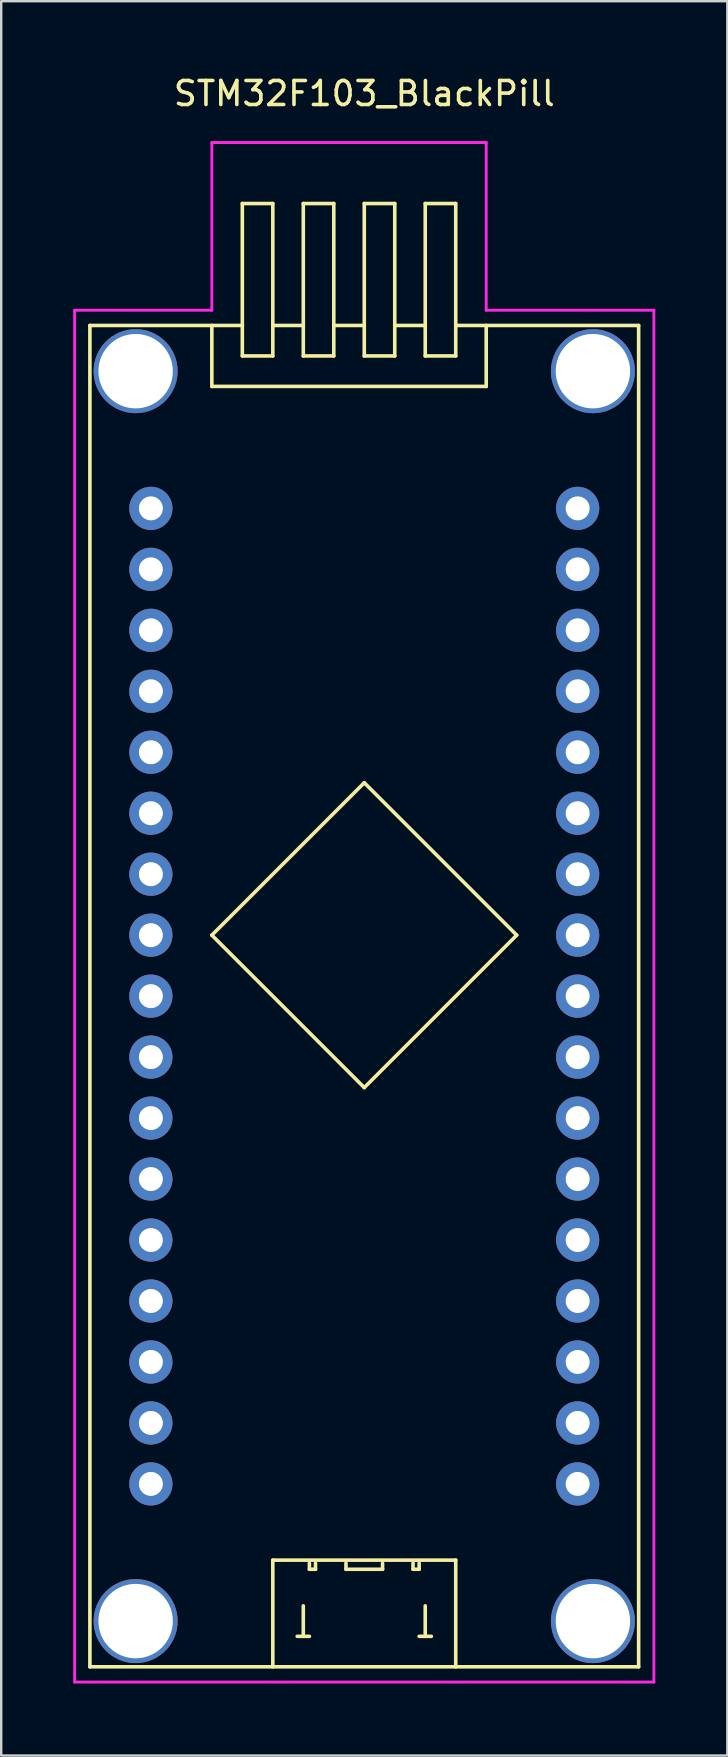
<source format=kicad_pcb>
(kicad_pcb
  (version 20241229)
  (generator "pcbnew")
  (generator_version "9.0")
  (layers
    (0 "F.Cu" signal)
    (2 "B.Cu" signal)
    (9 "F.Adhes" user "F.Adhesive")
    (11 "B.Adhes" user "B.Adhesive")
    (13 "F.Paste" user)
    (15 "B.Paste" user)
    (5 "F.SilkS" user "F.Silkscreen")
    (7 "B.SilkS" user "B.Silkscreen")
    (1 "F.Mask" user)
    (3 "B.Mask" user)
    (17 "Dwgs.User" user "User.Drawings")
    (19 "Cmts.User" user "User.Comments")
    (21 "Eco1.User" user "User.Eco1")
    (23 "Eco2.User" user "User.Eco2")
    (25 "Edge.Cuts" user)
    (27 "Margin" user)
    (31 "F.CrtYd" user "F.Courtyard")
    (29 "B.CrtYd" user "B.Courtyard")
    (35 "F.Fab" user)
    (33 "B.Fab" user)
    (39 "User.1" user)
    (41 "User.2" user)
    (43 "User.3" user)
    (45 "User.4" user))
  (footprint "STM32F103_BlackPill"
    (layer "F.Cu")
    (at 12.125 40.988)
    (property "Reference" "STM32F103_BlackPill" (at 0 -40.14 0) (layer "F.SilkS") (effects (font (size 1 1) (thickness 0.15))))
    (attr through_hole)
    (fp_line (start -11.43 25.4) (end -11.43 -30.48) (stroke (width 0.15) (type solid)) (layer "F.SilkS"))
    (fp_line (start -6.35 -27.94) (end -6.35 -30.48) (stroke (width 0.15) (type solid)) (layer "F.SilkS"))
    (fp_line (start -6.35 -5.08) (end 0 -11.43) (stroke (width 0.15) (type solid)) (layer "F.SilkS"))
    (fp_line (start -5.08 -35.56) (end -3.81 -35.56) (stroke (width 0.15) (type solid)) (layer "F.SilkS"))
    (fp_line (start -5.08 -30.48) (end -11.43 -30.48) (stroke (width 0.15) (type solid)) (layer "F.SilkS"))
    (fp_line (start -5.08 -30.48) (end -5.08 -35.56) (stroke (width 0.15) (type solid)) (layer "F.SilkS"))
    (fp_line (start -5.08 -29.21) (end -5.08 -30.48) (stroke (width 0.15) (type solid)) (layer "F.SilkS"))
    (fp_line (start -3.81 -35.56) (end -3.81 -30.48) (stroke (width 0.15) (type solid)) (layer "F.SilkS"))
    (fp_line (start -3.81 -30.48) (end -3.81 -29.21) (stroke (width 0.15) (type solid)) (layer "F.SilkS"))
    (fp_line (start -3.81 -29.21) (end -5.08 -29.21) (stroke (width 0.15) (type solid)) (layer "F.SilkS"))
    (fp_line (start -3.81 20.955) (end 3.81 20.955) (stroke (width 0.15) (type solid)) (layer "F.SilkS"))
    (fp_line (start -3.81 25.4) (end -3.81 20.955) (stroke (width 0.15) (type solid)) (layer "F.SilkS"))
    (fp_line (start -2.794 24.13) (end -2.286 24.13) (stroke (width 0.15) (type solid)) (layer "F.SilkS"))
    (fp_line (start -2.54 -35.56) (end -1.27 -35.56) (stroke (width 0.15) (type solid)) (layer "F.SilkS"))
    (fp_line (start -2.54 -30.48) (end -3.81 -30.48) (stroke (width 0.15) (type solid)) (layer "F.SilkS"))
    (fp_line (start -2.54 -30.48) (end -2.54 -35.56) (stroke (width 0.15) (type solid)) (layer "F.SilkS"))
    (fp_line (start -2.54 -29.21) (end -2.54 -30.48) (stroke (width 0.15) (type solid)) (layer "F.SilkS"))
    (fp_line (start -2.54 22.86) (end -2.54 24.13) (stroke (width 0.15) (type solid)) (layer "F.SilkS"))
    (fp_line (start -2.286 21.082) (end -2.286 21.336) (stroke (width 0.15) (type solid)) (layer "F.SilkS"))
    (fp_line (start -2.286 21.336) (end -2.032 21.336) (stroke (width 0.15) (type solid)) (layer "F.SilkS"))
    (fp_line (start -2.032 21.336) (end -2.032 21.082) (stroke (width 0.15) (type solid)) (layer "F.SilkS"))
    (fp_line (start -1.27 -35.56) (end -1.27 -30.48) (stroke (width 0.15) (type solid)) (layer "F.SilkS"))
    (fp_line (start -1.27 -30.48) (end -1.27 -29.21) (stroke (width 0.15) (type solid)) (layer "F.SilkS"))
    (fp_line (start -1.27 -29.21) (end -2.54 -29.21) (stroke (width 0.15) (type solid)) (layer "F.SilkS"))
    (fp_line (start -0.762 21.082) (end -0.762 21.336) (stroke (width 0.15) (type solid)) (layer "F.SilkS"))
    (fp_line (start -0.762 21.336) (end 0.762 21.336) (stroke (width 0.15) (type solid)) (layer "F.SilkS"))
    (fp_line (start 0 -35.56) (end 1.27 -35.56) (stroke (width 0.15) (type solid)) (layer "F.SilkS"))
    (fp_line (start 0 -30.48) (end -1.27 -30.48) (stroke (width 0.15) (type solid)) (layer "F.SilkS"))
    (fp_line (start 0 -30.48) (end 0 -35.56) (stroke (width 0.15) (type solid)) (layer "F.SilkS"))
    (fp_line (start 0 -29.21) (end 0 -30.48) (stroke (width 0.15) (type solid)) (layer "F.SilkS"))
    (fp_line (start 0 -11.43) (end 6.35 -5.08) (stroke (width 0.15) (type solid)) (layer "F.SilkS"))
    (fp_line (start 0 1.27) (end -6.35 -5.08) (stroke (width 0.15) (type solid)) (layer "F.SilkS"))
    (fp_line (start 0.762 21.336) (end 0.762 21.082) (stroke (width 0.15) (type solid)) (layer "F.SilkS"))
    (fp_line (start 1.27 -35.56) (end 1.27 -30.48) (stroke (width 0.15) (type solid)) (layer "F.SilkS"))
    (fp_line (start 1.27 -30.48) (end 1.27 -29.21) (stroke (width 0.15) (type solid)) (layer "F.SilkS"))
    (fp_line (start 1.27 -29.21) (end 0 -29.21) (stroke (width 0.15) (type solid)) (layer "F.SilkS"))
    (fp_line (start 2.032 21.336) (end 2.032 21.082) (stroke (width 0.15) (type solid)) (layer "F.SilkS"))
    (fp_line (start 2.286 21.082) (end 2.286 21.336) (stroke (width 0.15) (type solid)) (layer "F.SilkS"))
    (fp_line (start 2.286 21.336) (end 2.032 21.336) (stroke (width 0.15) (type solid)) (layer "F.SilkS"))
    (fp_line (start 2.286 24.13) (end 2.794 24.13) (stroke (width 0.15) (type solid)) (layer "F.SilkS"))
    (fp_line (start 2.54 -35.56) (end 3.81 -35.56) (stroke (width 0.15) (type solid)) (layer "F.SilkS"))
    (fp_line (start 2.54 -30.48) (end 1.27 -30.48) (stroke (width 0.15) (type solid)) (layer "F.SilkS"))
    (fp_line (start 2.54 -30.48) (end 2.54 -35.56) (stroke (width 0.15) (type solid)) (layer "F.SilkS"))
    (fp_line (start 2.54 -30.48) (end 2.54 -29.21) (stroke (width 0.15) (type solid)) (layer "F.SilkS"))
    (fp_line (start 2.54 -29.21) (end 3.81 -29.21) (stroke (width 0.15) (type solid)) (layer "F.SilkS"))
    (fp_line (start 2.54 22.86) (end 2.54 24.13) (stroke (width 0.15) (type solid)) (layer "F.SilkS"))
    (fp_line (start 3.81 -35.56) (end 3.81 -30.48) (stroke (width 0.15) (type solid)) (layer "F.SilkS"))
    (fp_line (start 3.81 -29.21) (end 3.81 -30.48) (stroke (width 0.15) (type solid)) (layer "F.SilkS"))
    (fp_line (start 3.81 20.955) (end 3.81 25.4) (stroke (width 0.15) (type solid)) (layer "F.SilkS"))
    (fp_line (start 5.08 -30.48) (end 5.08 -27.94) (stroke (width 0.15) (type solid)) (layer "F.SilkS"))
    (fp_line (start 5.08 -27.94) (end -6.35 -27.94) (stroke (width 0.15) (type solid)) (layer "F.SilkS"))
    (fp_line (start 6.35 -5.08) (end 0 1.27) (stroke (width 0.15) (type solid)) (layer "F.SilkS"))
    (fp_line (start 11.43 -30.48) (end 3.81 -30.48) (stroke (width 0.15) (type solid)) (layer "F.SilkS"))
    (fp_line (start 11.43 -30.48) (end 11.43 25.4) (stroke (width 0.15) (type solid)) (layer "F.SilkS"))
    (fp_line (start 11.43 25.4) (end -11.43 25.4) (stroke (width 0.15) (type solid)) (layer "F.SilkS"))
    (fp_line (start -12.065 -31.115) (end -12.065 26.035) (stroke (width 0.12) (type solid)) (layer "F.CrtYd"))
    (fp_line (start -12.065 26.035) (end 12.065 26.035) (stroke (width 0.12) (type solid)) (layer "F.CrtYd"))
    (fp_line (start -6.35 -38.1) (end -6.35 -31.115) (stroke (width 0.12) (type solid)) (layer "F.CrtYd"))
    (fp_line (start -6.35 -31.115) (end -12.065 -31.115) (stroke (width 0.12) (type solid)) (layer "F.CrtYd"))
    (fp_line (start 5.08 -38.1) (end -6.35 -38.1) (stroke (width 0.12) (type solid)) (layer "F.CrtYd"))
    (fp_line (start 5.08 -31.115) (end 5.08 -38.1) (stroke (width 0.12) (type solid)) (layer "F.CrtYd"))
    (fp_line (start 12.065 -31.115) (end 5.08 -31.115) (stroke (width 0.12) (type solid)) (layer "F.CrtYd"))
    (fp_line (start 12.065 26.035) (end 12.065 -31.115) (stroke (width 0.12) (type solid)) (layer "F.CrtYd"))
    (pad "3v3" thru_hole circle (at -8.89 15.24) (size 1.8 1.8) (drill 1) (layers "*.Cu" "*.Mask"))
    (pad "GND" thru_hole circle (at -9.525 -28.575) (size 3.5 3.5) (drill 3.1) (layers "*.Cu" "*.Mask"))
    (pad "GND" thru_hole circle (at -9.525 23.495) (size 3.5 3.5) (drill 3.1) (layers "*.Cu" "*.Mask"))
    (pad "GND" thru_hole circle (at -8.89 17.78) (size 1.8 1.8) (drill 1) (layers "*.Cu" "*.Mask"))
    (pad "GND" thru_hole circle (at 8.89 17.78) (size 1.8 1.8) (drill 1) (layers "*.Cu" "*.Mask"))
    (pad "GND" thru_hole circle (at 9.525 -28.575) (size 3.5 3.5) (drill 3.1) (layers "*.Cu" "*.Mask"))
    (pad "GND" thru_hole circle (at 9.525 23.495) (size 3.5 3.5) (drill 3.1) (layers "*.Cu" "*.Mask"))
    (pad "PA0" thru_hole circle (at 8.89 5.08) (size 1.8 1.8) (drill 1) (layers "*.Cu" "*.Mask"))
    (pad "PA1" thru_hole circle (at 8.89 2.54) (size 1.8 1.8) (drill 1) (layers "*.Cu" "*.Mask"))
    (pad "PA2" thru_hole circle (at 8.89 0) (size 1.8 1.8) (drill 1) (layers "*.Cu" "*.Mask"))
    (pad "PA3" thru_hole circle (at 8.89 -2.54) (size 1.8 1.8) (drill 1) (layers "*.Cu" "*.Mask"))
    (pad "PA4" thru_hole circle (at 8.89 -5.08) (size 1.8 1.8) (drill 1) (layers "*.Cu" "*.Mask"))
    (pad "PA5" thru_hole circle (at 8.89 -7.62) (size 1.8 1.8) (drill 1) (layers "*.Cu" "*.Mask"))
    (pad "PA6" thru_hole circle (at 8.89 -10.16) (size 1.8 1.8) (drill 1) (layers "*.Cu" "*.Mask"))
    (pad "PA7" thru_hole circle (at 8.89 -12.7) (size 1.8 1.8) (drill 1) (layers "*.Cu" "*.Mask"))
    (pad "PA8" thru_hole circle (at -8.89 -12.7) (size 1.8 1.8) (drill 1) (layers "*.Cu" "*.Mask"))
    (pad "PA9" thru_hole circle (at -8.89 -10.16) (size 1.8 1.8) (drill 1) (layers "*.Cu" "*.Mask"))
    (pad "PA10" thru_hole circle (at -8.89 -7.62) (size 1.8 1.8) (drill 1) (layers "*.Cu" "*.Mask"))
    (pad "PA11" thru_hole circle (at -8.89 -5.08) (size 1.8 1.8) (drill 1) (layers "*.Cu" "*.Mask"))
    (pad "PA12" thru_hole circle (at -8.89 -2.54) (size 1.8 1.8) (drill 1) (layers "*.Cu" "*.Mask"))
    (pad "PA15" thru_hole circle (at -8.89 0) (size 1.8 1.8) (drill 1) (layers "*.Cu" "*.Mask"))
    (pad "PB0" thru_hole circle (at 8.89 -15.24) (size 1.8 1.8) (drill 1) (layers "*.Cu" "*.Mask"))
    (pad "PB1" thru_hole circle (at 8.89 -17.78) (size 1.8 1.8) (drill 1) (layers "*.Cu" "*.Mask"))
    (pad "PB3" thru_hole circle (at -8.89 2.54) (size 1.8 1.8) (drill 1) (layers "*.Cu" "*.Mask"))
    (pad "PB4" thru_hole circle (at -8.89 5.08) (size 1.8 1.8) (drill 1) (layers "*.Cu" "*.Mask"))
    (pad "PB5" thru_hole circle (at -8.89 7.62) (size 1.8 1.8) (drill 1) (layers "*.Cu" "*.Mask"))
    (pad "PB6" thru_hole circle (at -8.89 10.16) (size 1.8 1.8) (drill 1) (layers "*.Cu" "*.Mask"))
    (pad "PB7" thru_hole circle (at -8.89 12.7) (size 1.8 1.8) (drill 1) (layers "*.Cu" "*.Mask"))
    (pad "PB8" thru_hole circle (at 8.89 15.24) (size 1.8 1.8) (drill 1) (layers "*.Cu" "*.Mask"))
    (pad "PB9" thru_hole circle (at 8.89 12.7) (size 1.8 1.8) (drill 1) (layers "*.Cu" "*.Mask"))
    (pad "PB10" thru_hole circle (at 8.89 -20.32) (size 1.8 1.8) (drill 1) (layers "*.Cu" "*.Mask"))
    (pad "PB11" thru_hole circle (at 8.89 -22.86) (size 1.8 1.8) (drill 1) (layers "*.Cu" "*.Mask"))
    (pad "PB12" thru_hole circle (at -8.89 -22.86) (size 1.8 1.8) (drill 1) (layers "*.Cu" "*.Mask"))
    (pad "PB13" thru_hole circle (at -8.89 -20.32) (size 1.8 1.8) (drill 1) (layers "*.Cu" "*.Mask"))
    (pad "PB14" thru_hole circle (at -8.89 -17.78) (size 1.8 1.8) (drill 1) (layers "*.Cu" "*.Mask"))
    (pad "PB15" thru_hole circle (at -8.89 -15.24) (size 1.8 1.8) (drill 1) (layers "*.Cu" "*.Mask"))
    (pad "PC13" thru_hole circle (at 8.89 10.16) (size 1.8 1.8) (drill 1) (layers "*.Cu" "*.Mask"))
    (pad "RESET" thru_hole circle (at 8.89 7.62) (size 1.8 1.8) (drill 1) (layers "*.Cu" "*.Mask")))
  (gr_rect
    (start -3 -3)
    (end 27.25 70.083)
    (stroke (width 0.1) (type default))
    (fill no)
    (layer "Edge.Cuts")))
</source>
